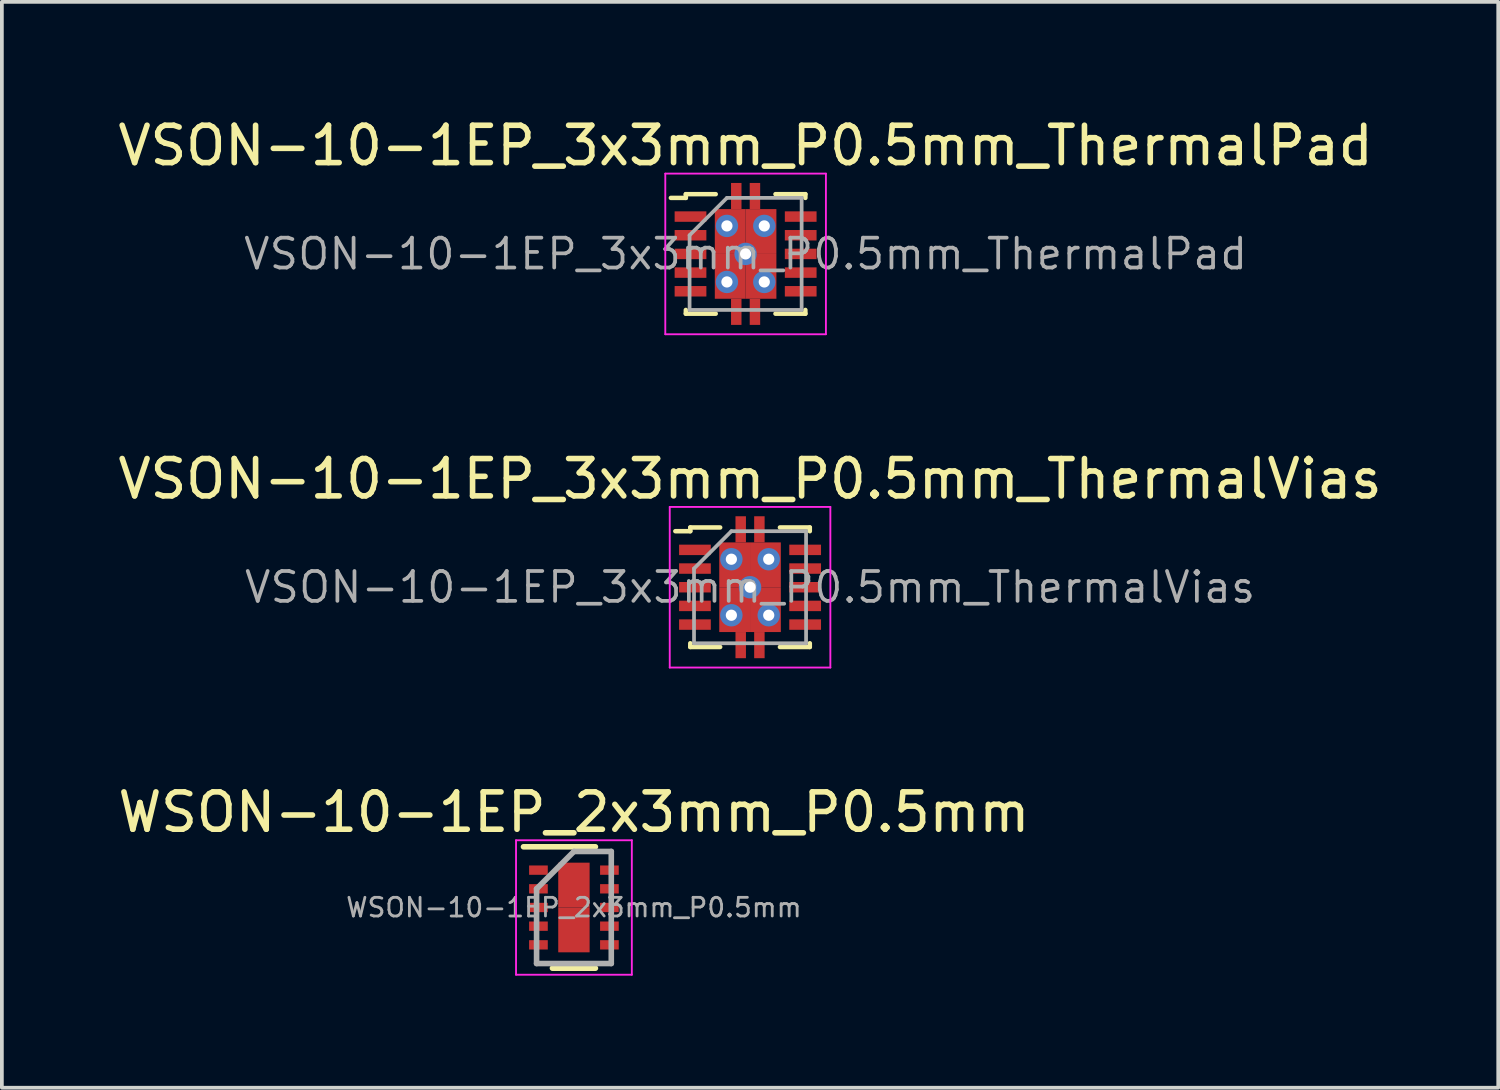
<source format=kicad_pcb>
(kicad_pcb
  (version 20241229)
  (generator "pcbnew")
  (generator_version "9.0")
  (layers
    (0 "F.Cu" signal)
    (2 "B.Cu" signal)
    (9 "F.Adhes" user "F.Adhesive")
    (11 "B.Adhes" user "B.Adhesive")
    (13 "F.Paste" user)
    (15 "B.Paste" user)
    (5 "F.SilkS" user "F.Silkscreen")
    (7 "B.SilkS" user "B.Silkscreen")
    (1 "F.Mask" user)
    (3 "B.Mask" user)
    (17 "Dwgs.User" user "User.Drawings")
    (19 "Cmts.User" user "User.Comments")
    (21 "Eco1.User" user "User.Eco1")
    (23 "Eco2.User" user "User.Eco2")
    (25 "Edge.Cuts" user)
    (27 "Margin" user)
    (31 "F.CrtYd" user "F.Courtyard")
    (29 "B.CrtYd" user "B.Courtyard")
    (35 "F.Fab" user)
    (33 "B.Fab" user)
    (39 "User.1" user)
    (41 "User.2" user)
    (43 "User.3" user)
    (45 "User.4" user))
  (footprint "WSON-10-1EP_2x3mm_P0.5mm"
    (layer "F.Cu")
    (at 12.315 21.245)
    (property "Reference" "WSON-10-1EP_2x3mm_P0.5mm" (at 0 -2.55 0) (layer "F.SilkS") (effects (font (size 1 1) (thickness 0.15))))
    (attr smd)
    (fp_line (start -1.35 -1.625) (end 0.575 -1.625) (stroke (width 0.15) (type solid)) (layer "F.SilkS"))
    (fp_line (start -0.575 1.625) (end 0.575 1.625) (stroke (width 0.15) (type solid)) (layer "F.SilkS"))
    (fp_line (start -1.55 -1.8) (end -1.55 1.8) (stroke (width 0.05) (type solid)) (layer "F.CrtYd"))
    (fp_line (start -1.55 -1.8) (end 1.55 -1.8) (stroke (width 0.05) (type solid)) (layer "F.CrtYd"))
    (fp_line (start -1.55 1.8) (end 1.55 1.8) (stroke (width 0.05) (type solid)) (layer "F.CrtYd"))
    (fp_line (start 1.55 -1.8) (end 1.55 1.8) (stroke (width 0.05) (type solid)) (layer "F.CrtYd"))
    (fp_line (start -1 -0.5) (end 0 -1.5) (stroke (width 0.15) (type solid)) (layer "F.Fab"))
    (fp_line (start -1 1.5) (end -1 -0.5) (stroke (width 0.15) (type solid)) (layer "F.Fab"))
    (fp_line (start 0 -1.5) (end 1 -1.5) (stroke (width 0.15) (type solid)) (layer "F.Fab"))
    (fp_line (start 1 -1.5) (end 1 1.5) (stroke (width 0.15) (type solid)) (layer "F.Fab"))
    (fp_line (start 1 1.5) (end -1 1.5) (stroke (width 0.15) (type solid)) (layer "F.Fab"))
    (fp_text user "${REFERENCE}" (at 0 0 0) (layer "F.Fab") (effects (font (size 0.5 0.5) (thickness 0.075))))
    (pad "1" smd rect (at -0.95 -1) (size 0.5 0.25) (layers "F.Cu" "F.Mask" "F.Paste"))
    (pad "2" smd rect (at -0.95 -0.5) (size 0.5 0.25) (layers "F.Cu" "F.Mask" "F.Paste"))
    (pad "3" smd rect (at -0.95 0) (size 0.5 0.25) (layers "F.Cu" "F.Mask" "F.Paste"))
    (pad "4" smd rect (at -0.95 0.5) (size 0.5 0.25) (layers "F.Cu" "F.Mask" "F.Paste"))
    (pad "5" smd rect (at -0.95 1) (size 0.5 0.25) (layers "F.Cu" "F.Mask" "F.Paste"))
    (pad "6" smd rect (at 0.95 1) (size 0.5 0.25) (layers "F.Cu" "F.Mask" "F.Paste"))
    (pad "7" smd rect (at 0.95 0.5) (size 0.5 0.25) (layers "F.Cu" "F.Mask" "F.Paste"))
    (pad "8" smd rect (at 0.95 0) (size 0.5 0.25) (layers "F.Cu" "F.Mask" "F.Paste"))
    (pad "9" smd rect (at 0.95 -0.5) (size 0.5 0.25) (layers "F.Cu" "F.Mask" "F.Paste"))
    (pad "10" smd rect (at 0.95 -1) (size 0.5 0.25) (layers "F.Cu" "F.Mask" "F.Paste"))
    (pad "11" smd rect (at 0 -0.6) (size 0.84 1.2) (layers "F.Cu" "F.Mask" "F.Paste"))
    (pad "11" smd rect (at 0 0.6) (size 0.84 1.2) (layers "F.Cu" "F.Mask" "F.Paste")))
  (footprint "VSON-10-1EP_3x3mm_P0.5mm_ThermalPad"
    (layer "F.Cu")
    (at 16.911 3.748)
    (property "Reference" "VSON-10-1EP_3x3mm_P0.5mm_ThermalPad" (at 0 -2.9 0) (layer "F.SilkS") (effects (font (size 1 1) (thickness 0.15))))
    (attr smd)
    (fp_line (start -1.6 -1.6) (end -1.6 -1.5) (stroke (width 0.12) (type solid)) (layer "F.SilkS"))
    (fp_line (start -1.6 -1.5) (end -2 -1.5) (stroke (width 0.12) (type solid)) (layer "F.SilkS"))
    (fp_line (start -1.6 1.5) (end -1.6 1.6) (stroke (width 0.12) (type solid)) (layer "F.SilkS"))
    (fp_line (start -1.6 1.6) (end -0.8 1.6) (stroke (width 0.12) (type solid)) (layer "F.SilkS"))
    (fp_line (start -0.8 -1.6) (end -1.6 -1.6) (stroke (width 0.12) (type solid)) (layer "F.SilkS"))
    (fp_line (start 0.8 -1.6) (end 1.6 -1.6) (stroke (width 0.12) (type solid)) (layer "F.SilkS"))
    (fp_line (start 0.8 1.6) (end 1.6 1.6) (stroke (width 0.12) (type solid)) (layer "F.SilkS"))
    (fp_line (start 1.6 -1.6) (end 1.6 -1.5) (stroke (width 0.12) (type solid)) (layer "F.SilkS"))
    (fp_line (start 1.6 1.6) (end 1.6 1.5) (stroke (width 0.12) (type solid)) (layer "F.SilkS"))
    (fp_line (start -2.15 -2.15) (end 2.15 -2.15) (stroke (width 0.05) (type solid)) (layer "F.CrtYd"))
    (fp_line (start -2.15 2.15) (end -2.15 -2.15) (stroke (width 0.05) (type solid)) (layer "F.CrtYd"))
    (fp_line (start 2.15 -2.15) (end 2.15 2.15) (stroke (width 0.05) (type solid)) (layer "F.CrtYd"))
    (fp_line (start 2.15 2.15) (end -2.15 2.15) (stroke (width 0.05) (type solid)) (layer "F.CrtYd"))
    (fp_line (start -1.5 -0.5) (end -1.5 1.5) (stroke (width 0.1) (type solid)) (layer "F.Fab"))
    (fp_line (start -1.5 -0.5) (end -0.5 -1.5) (stroke (width 0.1) (type solid)) (layer "F.Fab"))
    (fp_line (start -1.5 1.5) (end 1.5 1.5) (stroke (width 0.1) (type solid)) (layer "F.Fab"))
    (fp_line (start -0.5 -1.5) (end 1.5 -1.5) (stroke (width 0.1) (type solid)) (layer "F.Fab"))
    (fp_line (start 1.5 -1.5) (end 1.5 1.5) (stroke (width 0.1) (type solid)) (layer "F.Fab"))
    (fp_text user "${REFERENCE}" (at 0 0 0) (layer "F.Fab") (effects (font (size 0.8 0.8) (thickness 0.1))))
    (pad "1" smd rect (at -1.475 -1) (size 0.85 0.28) (layers "F.Cu" "F.Mask" "F.Paste"))
    (pad "2" smd rect (at -1.475 -0.5) (size 0.85 0.28) (layers "F.Cu" "F.Mask" "F.Paste"))
    (pad "3" smd rect (at -1.475 0) (size 0.85 0.28) (layers "F.Cu" "F.Mask" "F.Paste"))
    (pad "4" smd rect (at -1.475 0.5) (size 0.85 0.28) (layers "F.Cu" "F.Mask" "F.Paste"))
    (pad "5" smd rect (at -1.475 1) (size 0.85 0.28) (layers "F.Cu" "F.Mask" "F.Paste"))
    (pad "6" smd rect (at 1.475 1) (size 0.85 0.28) (layers "F.Cu" "F.Mask" "F.Paste"))
    (pad "7" smd rect (at 1.475 0.5) (size 0.85 0.28) (layers "F.Cu" "F.Mask" "F.Paste"))
    (pad "8" smd rect (at 1.475 0) (size 0.85 0.28) (layers "F.Cu" "F.Mask" "F.Paste"))
    (pad "9" smd rect (at 1.475 -0.5) (size 0.85 0.28) (layers "F.Cu" "F.Mask" "F.Paste"))
    (pad "10" smd rect (at 1.475 -1) (size 0.85 0.28) (layers "F.Cu" "F.Mask" "F.Paste"))
    (pad "11" thru_hole circle (at -0.5 -0.75) (size 0.6 0.6) (drill 0.3) (layers "*.Cu" "*.Mask"))
    (pad "11" thru_hole circle (at -0.5 0.75) (size 0.6 0.6) (drill 0.3) (layers "*.Cu" "*.Mask"))
    (pad "11" smd rect (at -0.412 -0.6) (size 0.825 1.2) (layers "F.Cu" "F.Mask" "F.Paste"))
    (pad "11" smd rect (at -0.412 0.6) (size 0.825 1.2) (layers "F.Cu" "F.Mask" "F.Paste"))
    (pad "11" smd rect (at -0.25 -1.55) (size 0.28 0.7) (layers "F.Cu" "F.Mask" "F.Paste"))
    (pad "11" smd rect (at -0.25 1.55) (size 0.28 0.7) (layers "F.Cu" "F.Mask" "F.Paste"))
    (pad "11" thru_hole circle (at 0 0) (size 0.6 0.6) (drill 0.3) (layers "*.Cu" "*.Mask"))
    (pad "11" smd rect (at 0.25 -1.55) (size 0.28 0.7) (layers "F.Cu" "F.Mask" "F.Paste"))
    (pad "11" smd rect (at 0.25 1.55) (size 0.28 0.7) (layers "F.Cu" "F.Mask" "F.Paste"))
    (pad "11" smd rect (at 0.412 -0.6) (size 0.825 1.2) (layers "F.Cu" "F.Mask" "F.Paste"))
    (pad "11" smd rect (at 0.412 0.6) (size 0.825 1.2) (layers "F.Cu" "F.Mask" "F.Paste"))
    (pad "11" thru_hole circle (at 0.5 -0.75) (size 0.6 0.6) (drill 0.3) (layers "*.Cu" "*.Mask"))
    (pad "11" thru_hole circle (at 0.5 0.75) (size 0.6 0.6) (drill 0.3) (layers "*.Cu" "*.Mask")))
  (footprint "VSON-10-1EP_3x3mm_P0.5mm_ThermalVias"
    (layer "F.Cu")
    (at 17.03 12.671)
    (property "Reference" "VSON-10-1EP_3x3mm_P0.5mm_ThermalVias" (at 0 -2.9 0) (layer "F.SilkS") (effects (font (size 1 1) (thickness 0.15))))
    (attr smd)
    (fp_line (start -1.6 -1.6) (end -1.6 -1.5) (stroke (width 0.12) (type solid)) (layer "F.SilkS"))
    (fp_line (start -1.6 -1.5) (end -2 -1.5) (stroke (width 0.12) (type solid)) (layer "F.SilkS"))
    (fp_line (start -1.6 1.5) (end -1.6 1.6) (stroke (width 0.12) (type solid)) (layer "F.SilkS"))
    (fp_line (start -1.6 1.6) (end -0.8 1.6) (stroke (width 0.12) (type solid)) (layer "F.SilkS"))
    (fp_line (start -0.8 -1.6) (end -1.6 -1.6) (stroke (width 0.12) (type solid)) (layer "F.SilkS"))
    (fp_line (start 0.8 -1.6) (end 1.6 -1.6) (stroke (width 0.12) (type solid)) (layer "F.SilkS"))
    (fp_line (start 0.8 1.6) (end 1.6 1.6) (stroke (width 0.12) (type solid)) (layer "F.SilkS"))
    (fp_line (start 1.6 -1.6) (end 1.6 -1.5) (stroke (width 0.12) (type solid)) (layer "F.SilkS"))
    (fp_line (start 1.6 1.6) (end 1.6 1.5) (stroke (width 0.12) (type solid)) (layer "F.SilkS"))
    (fp_line (start -2.15 -2.15) (end 2.15 -2.15) (stroke (width 0.05) (type solid)) (layer "F.CrtYd"))
    (fp_line (start -2.15 2.15) (end -2.15 -2.15) (stroke (width 0.05) (type solid)) (layer "F.CrtYd"))
    (fp_line (start 2.15 -2.15) (end 2.15 2.15) (stroke (width 0.05) (type solid)) (layer "F.CrtYd"))
    (fp_line (start 2.15 2.15) (end -2.15 2.15) (stroke (width 0.05) (type solid)) (layer "F.CrtYd"))
    (fp_line (start -1.5 -0.5) (end -1.5 1.5) (stroke (width 0.1) (type solid)) (layer "F.Fab"))
    (fp_line (start -1.5 -0.5) (end -0.5 -1.5) (stroke (width 0.1) (type solid)) (layer "F.Fab"))
    (fp_line (start -1.5 1.5) (end 1.5 1.5) (stroke (width 0.1) (type solid)) (layer "F.Fab"))
    (fp_line (start -0.5 -1.5) (end 1.5 -1.5) (stroke (width 0.1) (type solid)) (layer "F.Fab"))
    (fp_line (start 1.5 -1.5) (end 1.5 1.5) (stroke (width 0.1) (type solid)) (layer "F.Fab"))
    (fp_text user "${REFERENCE}" (at 0 0 0) (layer "F.Fab") (effects (font (size 0.8 0.8) (thickness 0.1))))
    (pad "1" smd rect (at -1.475 -1) (size 0.85 0.28) (layers "F.Cu" "F.Mask" "F.Paste"))
    (pad "2" smd rect (at -1.475 -0.5) (size 0.85 0.28) (layers "F.Cu" "F.Mask" "F.Paste"))
    (pad "3" smd rect (at -1.475 0) (size 0.85 0.28) (layers "F.Cu" "F.Mask" "F.Paste"))
    (pad "4" smd rect (at -1.475 0.5) (size 0.85 0.28) (layers "F.Cu" "F.Mask" "F.Paste"))
    (pad "5" smd rect (at -1.475 1) (size 0.85 0.28) (layers "F.Cu" "F.Mask" "F.Paste"))
    (pad "6" smd rect (at 1.475 1) (size 0.85 0.28) (layers "F.Cu" "F.Mask" "F.Paste"))
    (pad "7" smd rect (at 1.475 0.5) (size 0.85 0.28) (layers "F.Cu" "F.Mask" "F.Paste"))
    (pad "8" smd rect (at 1.475 0) (size 0.85 0.28) (layers "F.Cu" "F.Mask" "F.Paste"))
    (pad "9" smd rect (at 1.475 -0.5) (size 0.85 0.28) (layers "F.Cu" "F.Mask" "F.Paste"))
    (pad "10" smd rect (at 1.475 -1) (size 0.85 0.28) (layers "F.Cu" "F.Mask" "F.Paste"))
    (pad "11" thru_hole circle (at -0.5 -0.75) (size 0.6 0.6) (drill 0.3) (layers "*.Cu" "*.Mask"))
    (pad "11" thru_hole circle (at -0.5 0.75) (size 0.6 0.6) (drill 0.3) (layers "*.Cu" "*.Mask"))
    (pad "11" smd rect (at -0.412 -0.6) (size 0.825 1.2) (layers "F.Cu" "F.Mask" "F.Paste"))
    (pad "11" smd rect (at -0.412 0.6) (size 0.825 1.2) (layers "F.Cu" "F.Mask" "F.Paste"))
    (pad "11" smd rect (at -0.25 -1.55) (size 0.28 0.7) (layers "F.Cu" "F.Mask" "F.Paste"))
    (pad "11" smd rect (at -0.25 1.55) (size 0.28 0.7) (layers "F.Cu" "F.Mask" "F.Paste"))
    (pad "11" thru_hole circle (at 0 0) (size 0.6 0.6) (drill 0.3) (layers "*.Cu" "*.Mask"))
    (pad "11" smd rect (at 0.25 -1.55) (size 0.28 0.7) (layers "F.Cu" "F.Mask" "F.Paste"))
    (pad "11" smd rect (at 0.25 1.55) (size 0.28 0.7) (layers "F.Cu" "F.Mask" "F.Paste"))
    (pad "11" smd rect (at 0.412 -0.6) (size 0.825 1.2) (layers "F.Cu" "F.Mask" "F.Paste"))
    (pad "11" smd rect (at 0.412 0.6) (size 0.825 1.2) (layers "F.Cu" "F.Mask" "F.Paste"))
    (pad "11" thru_hole circle (at 0.5 -0.75) (size 0.6 0.6) (drill 0.3) (layers "*.Cu" "*.Mask"))
    (pad "11" thru_hole circle (at 0.5 0.75) (size 0.6 0.6) (drill 0.3) (layers "*.Cu" "*.Mask")))
  (gr_rect
    (start -3 -3)
    (end 37.06 26.07)
    (stroke (width 0.1) (type default))
    (fill no)
    (layer "Edge.Cuts")))
</source>
